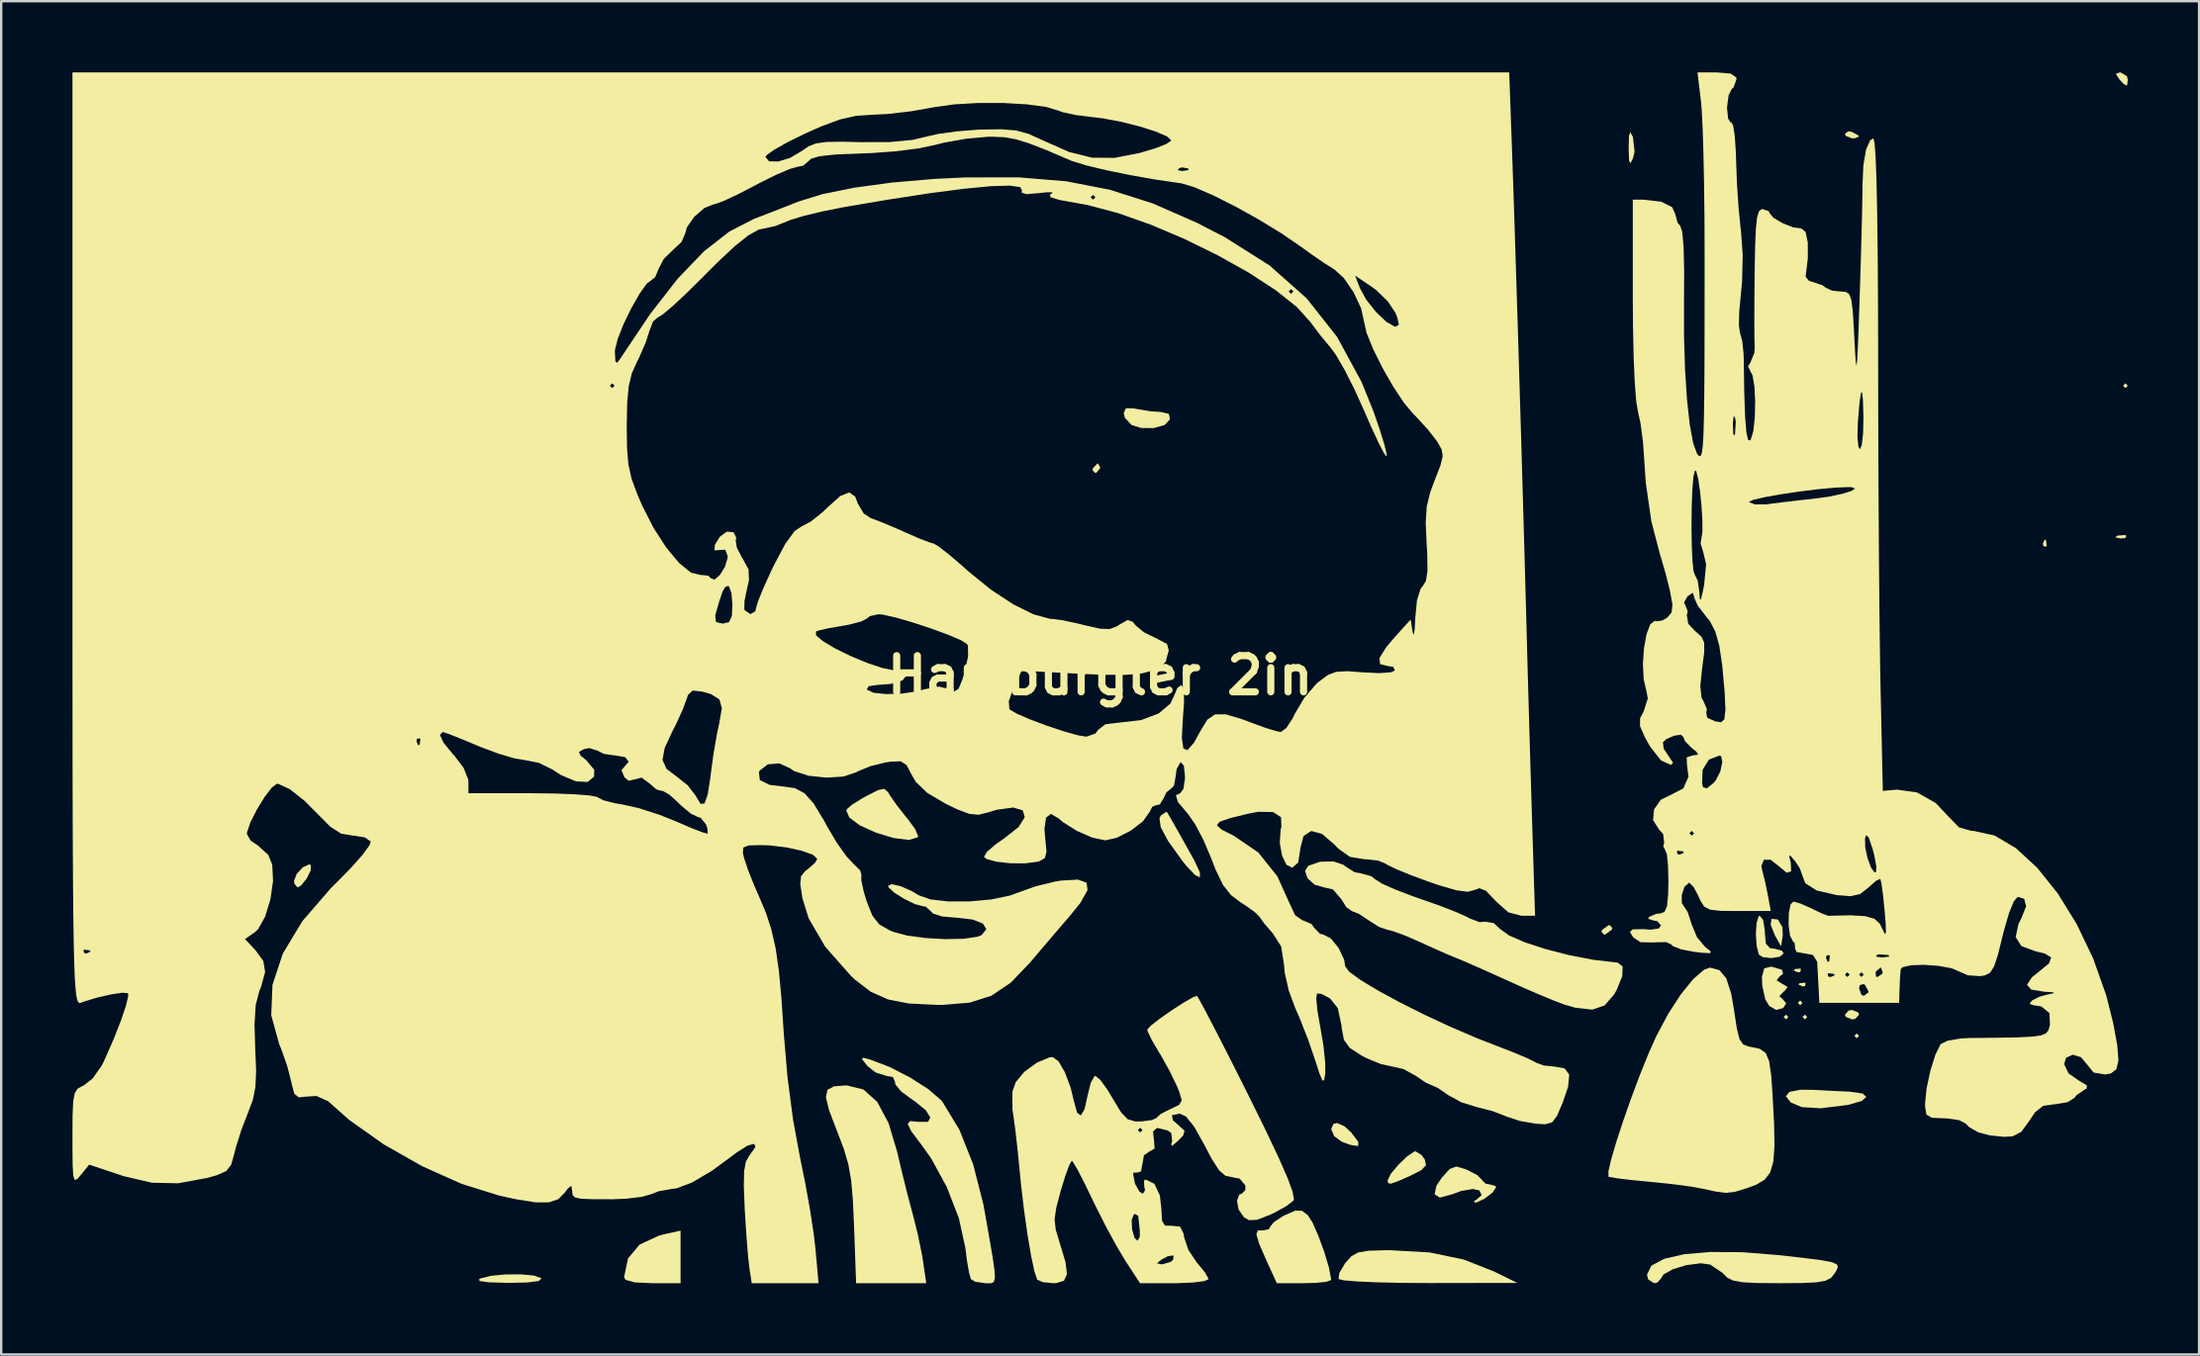
<source format=kicad_pcb>
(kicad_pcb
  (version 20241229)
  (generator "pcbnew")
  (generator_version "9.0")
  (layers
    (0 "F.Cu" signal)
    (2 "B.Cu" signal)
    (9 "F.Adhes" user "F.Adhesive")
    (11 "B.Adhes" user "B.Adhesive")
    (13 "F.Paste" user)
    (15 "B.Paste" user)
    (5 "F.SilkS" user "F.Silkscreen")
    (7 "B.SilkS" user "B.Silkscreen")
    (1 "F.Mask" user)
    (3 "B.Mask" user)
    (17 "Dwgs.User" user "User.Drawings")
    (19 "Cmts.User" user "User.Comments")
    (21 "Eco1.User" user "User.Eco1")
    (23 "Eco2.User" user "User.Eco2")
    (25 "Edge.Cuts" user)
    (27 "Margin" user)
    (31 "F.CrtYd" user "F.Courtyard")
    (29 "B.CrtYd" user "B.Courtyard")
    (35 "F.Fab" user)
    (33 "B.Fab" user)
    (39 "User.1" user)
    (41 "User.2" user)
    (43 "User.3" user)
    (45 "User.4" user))
  (footprint "Hamburgler 2in"
    (layer "F.Cu")
    (at 43.259 25.4)
    (property "Reference" "Hamburgler 2in" (at 0 0 0) (layer "F.SilkS") (effects (font (size 1.524 1.524) (thickness 0.3))))
    (attr board_only exclude_from_pos_files exclude_from_bom)
    (fp_poly (pts (xy 28.972 14.387) (xy 28.873 14.486) (xy 28.773 14.387) (xy 28.873 14.287)) (stroke (width 0) (type solid)) (fill yes) (layer "F.SilkS"))
    (fp_poly (pts (xy 29.567 13.791) (xy 29.468 13.891) (xy 29.369 13.791) (xy 29.468 13.692)) (stroke (width 0) (type solid)) (fill yes) (layer "F.SilkS"))
    (fp_poly (pts (xy 29.766 14.387) (xy 29.666 14.486) (xy 29.567 14.387) (xy 29.666 14.287)) (stroke (width 0) (type solid)) (fill yes) (layer "F.SilkS"))
    (fp_poly (pts (xy 31.948 15.18) (xy 31.849 15.28) (xy 31.75 15.18) (xy 31.849 15.081)) (stroke (width 0) (type solid)) (fill yes) (layer "F.SilkS"))
    (fp_poly (pts (xy 43.259 -12.204) (xy 43.16 -12.105) (xy 43.061 -12.204) (xy 43.16 -12.303)) (stroke (width 0) (type solid)) (fill yes) (layer "F.SilkS"))
    (fp_poly (pts (xy 29.501 12.369) (xy 29.474 12.487) (xy 29.369 12.502) (xy 29.205 12.429) (xy 29.236 12.369) (xy 29.472 12.346)) (stroke (width 0) (type solid)) (fill yes) (layer "F.SilkS"))
    (fp_poly (pts (xy 29.699 12.965) (xy 29.672 13.083) (xy 29.567 13.097) (xy 29.404 13.024) (xy 29.435 12.965) (xy 29.67 12.941)) (stroke (width 0) (type solid)) (fill yes) (layer "F.SilkS"))
    (fp_poly (pts (xy 39.82 -5.689) (xy 39.844 -5.453) (xy 39.82 -5.424) (xy 39.702 -5.451) (xy 39.688 -5.556) (xy 39.76 -5.72)) (stroke (width 0) (type solid)) (fill yes) (layer "F.SilkS"))
    (fp_poly (pts (xy 43.206 -5.875) (xy 43.146 -5.784) (xy 42.945 -5.77) (xy 42.733 -5.819) (xy 42.825 -5.89) (xy 43.135 -5.914)) (stroke (width 0) (type solid)) (fill yes) (layer "F.SilkS"))
    (fp_poly (pts (xy -0.002 -8.776) (xy 0 -8.731) (xy -0.153 -8.54) (xy -0.21 -8.533) (xy -0.329 -8.654) (xy -0.298 -8.731) (xy -0.119 -8.921) (xy -0.088 -8.93)) (stroke (width 0) (type solid)) (fill yes) (layer "F.SilkS"))
    (fp_poly (pts (xy 21.562 10.639) (xy 21.53 10.716) (xy 21.268 10.907) (xy 21.209 10.914) (xy 21.102 10.792) (xy 21.134 10.716) (xy 21.396 10.525) (xy 21.455 10.517)) (stroke (width 0) (type solid)) (fill yes) (layer "F.SilkS"))
    (fp_poly (pts (xy 28.501 10.274) (xy 28.543 10.298) (xy 28.722 10.602) (xy 28.737 10.937) (xy 28.665 11.41) (xy 28.409 10.953) (xy 28.228 10.504) (xy 28.263 10.253)) (stroke (width 0) (type solid)) (fill yes) (layer "F.SilkS"))
    (fp_poly (pts (xy 31.651 -22.892) (xy 31.912 -22.751) (xy 31.948 -22.7) (xy 31.786 -22.63) (xy 31.651 -22.622) (xy 31.387 -22.726) (xy 31.353 -22.814) (xy 31.499 -22.923)) (stroke (width 0) (type solid)) (fill yes) (layer "F.SilkS"))
    (fp_poly (pts (xy 31.915 14.196) (xy 31.948 14.287) (xy 31.788 14.464) (xy 31.651 14.486) (xy 31.387 14.379) (xy 31.353 14.287) (xy 31.514 14.111) (xy 31.651 14.089)) (stroke (width 0) (type solid)) (fill yes) (layer "F.SilkS"))
    (fp_poly (pts (xy 43.222 -25.245) (xy 43.259 -25.102) (xy 43.233 -24.849) (xy 43.098 -24.901) (xy 42.904 -25.11) (xy 42.755 -25.339) (xy 42.921 -25.4) (xy 42.954 -25.4)) (stroke (width 0) (type solid)) (fill yes) (layer "F.SilkS"))
    (fp_poly (pts (xy -33.22 7.989) (xy -33.23 8.213) (xy -33.403 8.558) (xy -33.636 8.85) (xy -33.782 8.93) (xy -33.919 8.77) (xy -33.933 8.656) (xy -33.816 8.353) (xy -33.558 8.077) (xy -33.298 7.958)) (stroke (width 0) (type solid)) (fill yes) (layer "F.SilkS"))
    (fp_poly (pts (xy -17.661 25.598) (xy -18.852 25.598) (xy -19.595 25.564) (xy -19.975 25.458) (xy -20.039 25.35) (xy -19.872 24.552) (xy -19.381 23.969) (xy -18.554 23.588) (xy -18.303 23.525) (xy -17.661 23.384)) (stroke (width 0) (type solid)) (fill yes) (layer "F.SilkS"))
    (fp_poly (pts (xy 10.287 18.99) (xy 10.572 19.251) (xy 10.871 19.653) (xy 10.86 19.823) (xy 10.528 19.771) (xy 10.17 19.639) (xy 9.852 19.403) (xy 9.725 19.108) (xy 9.821 18.889) (xy 9.977 18.852)) (stroke (width 0) (type solid)) (fill yes) (layer "F.SilkS"))
    (fp_poly (pts (xy 22.412 -22.715) (xy 22.43 -22.671) (xy 22.499 -22.056) (xy 22.43 -21.779) (xy 22.321 -21.572) (xy 22.267 -21.679) (xy 22.25 -22.137) (xy 22.25 -22.225) (xy 22.263 -22.732) (xy 22.312 -22.882)) (stroke (width 0) (type solid)) (fill yes) (layer "F.SilkS"))
    (fp_poly (pts (xy 1.42 -11.25) (xy 1.538 -11.224) (xy 2.127 -11.125) (xy 2.544 -11.1) (xy 2.895 -11.018) (xy 2.941 -10.788) (xy 2.717 -10.549) (xy 2.26 -10.42) (xy 1.726 -10.424) (xy 1.319 -10.552) (xy 1.041 -10.856) (xy 0.992 -11.046) (xy 1.084 -11.254)) (stroke (width 0) (type solid)) (fill yes) (layer "F.SilkS"))
    (fp_poly (pts (xy -23.833 25.276) (xy -23.53 25.382) (xy -23.515 25.4) (xy -23.63 25.506) (xy -24.111 25.568) (xy -24.93 25.585) (xy -24.942 25.584) (xy -25.727 25.561) (xy -26.124 25.507) (xy -26.139 25.422) (xy -26.095 25.4) (xy -25.642 25.287) (xy -25.024 25.229) (xy -24.376 25.226)) (stroke (width 0) (type solid)) (fill yes) (layer "F.SilkS"))
    (fp_poly (pts (xy 13.527 20.195) (xy 13.663 20.38) (xy 13.719 20.623) (xy 13.525 20.835) (xy 13.056 21.075) (xy 12.503 21.316) (xy 12.221 21.411) (xy 12.118 21.375) (xy 12.105 21.262) (xy 12.238 20.991) (xy 12.554 20.611) (xy 12.925 20.255) (xy 13.225 20.053) (xy 13.276 20.042)) (stroke (width 0) (type solid)) (fill yes) (layer "F.SilkS"))
    (fp_poly (pts (xy 29.989 17.453) (xy 30.741 17.493) (xy 31.513 17.529) (xy 31.552 17.53) (xy 32.09 17.607) (xy 32.256 17.751) (xy 32.056 17.924) (xy 31.499 18.084) (xy 31.436 18.095) (xy 30.327 18.231) (xy 29.534 18.181) (xy 29.079 17.989) (xy 28.866 17.726) (xy 29.014 17.54) (xy 29.488 17.45)) (stroke (width 0) (type solid)) (fill yes) (layer "F.SilkS"))
    (fp_poly (pts (xy 2.824 5.768) (xy 2.985 6.044) (xy 3.27 6.548) (xy 3.613 7.159) (xy 3.946 7.758) (xy 3.963 7.789) (xy 4.199 8.295) (xy 4.202 8.503) (xy 4.003 8.412) (xy 3.631 8.022) (xy 3.447 7.791) (xy 2.86 6.969) (xy 2.549 6.385) (xy 2.499 6.007) (xy 2.571 5.883) (xy 2.78 5.751)) (stroke (width 0) (type solid)) (fill yes) (layer "F.SilkS"))
    (fp_poly (pts (xy 27.907 10.295) (xy 27.978 10.724) (xy 27.98 10.815) (xy 28.024 11.294) (xy 28.197 11.487) (xy 28.377 11.509) (xy 28.699 11.592) (xy 28.773 11.708) (xy 28.611 11.849) (xy 28.252 11.904) (xy 27.891 11.863) (xy 27.73 11.757) (xy 27.636 11.39) (xy 27.604 10.898) (xy 27.633 10.433) (xy 27.718 10.149) (xy 27.766 10.12)) (stroke (width 0) (type solid)) (fill yes) (layer "F.SilkS"))
    (fp_poly (pts (xy 13.872 24.303) (xy 15.303 24.601) (xy 16.576 25.103) (xy 17.562 25.586) (xy 13.853 25.592) (xy 12.68 25.585) (xy 11.648 25.562) (xy 10.82 25.526) (xy 10.262 25.478) (xy 10.036 25.424) (xy 10.036 25.423) (xy 10.072 25.164) (xy 10.305 24.769) (xy 10.336 24.729) (xy 10.583 24.459) (xy 10.867 24.303) (xy 11.3 24.23) (xy 11.992 24.21) (xy 12.209 24.209)) (stroke (width 0) (type solid)) (fill yes) (layer "F.SilkS"))
    (fp_poly (pts (xy -8.931 4.912) (xy -8.851 5.044) (xy -8.581 5.436) (xy -8.189 5.937) (xy -8.091 6.054) (xy -7.785 6.472) (xy -7.663 6.764) (xy -7.677 6.818) (xy -8.045 6.928) (xy -8.683 6.85) (xy -9.425 6.627) (xy -10.121 6.311) (xy -10.559 5.983) (xy -10.683 5.69) (xy -10.656 5.625) (xy -10.427 5.433) (xy -9.982 5.157) (xy -9.81 5.063) (xy -9.338 4.825) (xy -9.088 4.776)) (stroke (width 0) (type solid)) (fill yes) (layer "F.SilkS"))
    (fp_poly (pts (xy 28.281 12.272) (xy 28.707 12.398) (xy 28.747 12.566) (xy 28.602 12.683) (xy 28.475 12.841) (xy 28.702 12.981) (xy 28.941 13.12) (xy 28.816 13.287) (xy 28.768 13.321) (xy 28.591 13.513) (xy 28.725 13.625) (xy 28.882 13.811) (xy 28.751 14.01) (xy 28.459 14.089) (xy 28.171 13.924) (xy 27.999 13.643) (xy 27.874 13.074) (xy 27.859 12.7) (xy 27.957 12.333) (xy 28.244 12.267)) (stroke (width 0) (type solid)) (fill yes) (layer "F.SilkS"))
    (fp_poly (pts (xy 8.497 22.551) (xy 8.741 22.729) (xy 8.942 23.045) (xy 9.19 23.609) (xy 9.436 24.282) (xy 9.629 24.928) (xy 9.721 25.41) (xy 9.723 25.463) (xy 9.544 25.536) (xy 9.078 25.585) (xy 8.581 25.598) (xy 7.439 25.598) (xy 6.986 24.61) (xy 6.691 23.929) (xy 6.577 23.537) (xy 6.64 23.374) (xy 6.859 23.375) (xy 7.111 23.323) (xy 7.144 23.24) (xy 7.304 23.032) (xy 7.698 22.773) (xy 7.772 22.735) (xy 8.219 22.542)) (stroke (width 0) (type solid)) (fill yes) (layer "F.SilkS"))
    (fp_poly (pts (xy -9.966 17.437) (xy -9.381 17.963) (xy -8.906 18.854) (xy -8.55 20.042) (xy -8.331 20.966) (xy -8.103 21.88) (xy -7.909 22.613) (xy -7.879 22.721) (xy -7.674 23.536) (xy -7.499 24.393) (xy -7.456 24.656) (xy -7.318 25.598) (xy -10.271 25.598) (xy -10.359 23.168) (xy -10.409 22.074) (xy -10.481 21.257) (xy -10.597 20.595) (xy -10.78 19.966) (xy -11.05 19.251) (xy -11.085 19.165) (xy -11.407 18.32) (xy -11.542 17.77) (xy -11.477 17.453) (xy -11.197 17.306) (xy -10.689 17.267) (xy -10.669 17.267)) (stroke (width 0) (type solid)) (fill yes) (layer "F.SilkS"))
    (fp_poly (pts (xy 15.399 20.803) (xy 15.461 20.829) (xy 15.877 21.048) (xy 16.072 21.242) (xy 16.073 21.257) (xy 16.235 21.412) (xy 16.371 21.431) (xy 16.636 21.5) (xy 16.669 21.558) (xy 16.518 21.782) (xy 16.184 22.038) (xy 15.849 22.195) (xy 15.776 22.203) (xy 15.732 22.142) (xy 15.825 22.094) (xy 16.062 21.886) (xy 15.961 21.69) (xy 15.686 21.63) (xy 15.212 21.711) (xy 14.788 21.862) (xy 14.299 21.993) (xy 14.08 21.855) (xy 14.155 21.495) (xy 14.384 21.152) (xy 14.719 20.783) (xy 14.998 20.684)) (stroke (width 0) (type solid)) (fill yes) (layer "F.SilkS"))
    (fp_poly (pts (xy 27.032 24.293) (xy 28.556 24.415) (xy 28.564 24.416) (xy 29.63 24.536) (xy 30.357 24.629) (xy 30.801 24.713) (xy 31.016 24.805) (xy 31.057 24.925) (xy 30.979 25.09) (xy 30.913 25.197) (xy 30.762 25.379) (xy 30.529 25.496) (xy 30.135 25.563) (xy 29.499 25.592) (xy 28.609 25.598) (xy 27.671 25.591) (xy 27.046 25.559) (xy 26.649 25.488) (xy 26.397 25.362) (xy 26.208 25.17) (xy 25.679 24.813) (xy 25.284 24.759) (xy 24.671 24.839) (xy 24.106 25.012) (xy 23.716 25.231) (xy 23.614 25.395) (xy 23.453 25.575) (xy 23.316 25.598) (xy 23.068 25.435) (xy 23.019 25.235) (xy 23.206 24.86) (xy 23.742 24.572) (xy 24.585 24.378) (xy 25.695 24.283)) (stroke (width 0) (type solid)) (fill yes) (layer "F.SilkS"))
    (fp_poly (pts (xy -9.687 16.175) (xy -8.866 16.489) (xy -8.011 16.927) (xy -7.248 17.414) (xy -6.708 17.875) (xy -6.631 17.967) (xy -5.926 19.13) (xy -5.343 20.595) (xy -4.915 22.276) (xy -4.87 22.523) (xy -4.665 23.684) (xy -4.523 24.511) (xy -4.445 25.059) (xy -4.43 25.386) (xy -4.477 25.547) (xy -4.585 25.6) (xy -4.754 25.6) (xy -4.841 25.598) (xy -5.258 25.537) (xy -5.44 25.427) (xy -5.518 25.149) (xy -5.611 24.608) (xy -5.677 24.087) (xy -5.945 22.865) (xy -6.448 21.559) (xy -7.114 20.338) (xy -7.522 19.767) (xy -7.944 19.206) (xy -8.101 18.89) (xy -8 18.771) (xy -7.646 18.802) (xy -7.64 18.803) (xy -7.242 18.801) (xy -7.148 18.619) (xy -7.34 18.311) (xy -7.802 17.934) (xy -7.933 17.85) (xy -8.382 17.515) (xy -8.622 17.218) (xy -8.634 17.115) (xy -8.72 16.917) (xy -8.991 16.867) (xy -9.453 16.722) (xy -9.792 16.453) (xy -10.024 16.161) (xy -9.969 16.1)) (stroke (width 0) (type solid)) (fill yes) (layer "F.SilkS"))
    (fp_poly (pts (xy 26.07 12.412) (xy 26.357 12.757) (xy 26.564 13.396) (xy 26.69 14.13) (xy 26.804 14.879) (xy 26.916 15.32) (xy 27.068 15.541) (xy 27.299 15.631) (xy 27.384 15.644) (xy 27.767 15.725) (xy 28.014 15.899) (xy 28.162 16.244) (xy 28.249 16.841) (xy 28.302 17.587) (xy 28.37 18.866) (xy 28.388 19.81) (xy 28.339 20.479) (xy 28.206 20.935) (xy 27.974 21.237) (xy 27.625 21.447) (xy 27.206 21.604) (xy 26.718 21.751) (xy 26.339 21.794) (xy 25.89 21.734) (xy 25.412 21.627) (xy 24.881 21.531) (xy 24.109 21.428) (xy 23.25 21.338) (xy 23.13 21.327) (xy 22.369 21.253) (xy 21.77 21.181) (xy 21.434 21.124) (xy 21.402 21.112) (xy 21.396 20.895) (xy 21.513 20.383) (xy 21.729 19.648) (xy 22.018 18.764) (xy 22.355 17.803) (xy 22.717 16.838) (xy 23.078 15.943) (xy 23.414 15.189) (xy 23.418 15.181) (xy 23.919 14.243) (xy 24.454 13.422) (xy 24.972 12.784) (xy 25.42 12.395) (xy 25.672 12.306)) (stroke (width 0) (type solid)) (fill yes) (layer "F.SilkS"))
    (fp_poly (pts (xy 10.261 7.984) (xy 10.324 8.043) (xy 10.716 8.29) (xy 10.966 8.334) (xy 11.406 8.454) (xy 11.587 8.592) (xy 11.866 8.768) (xy 12.424 9.018) (xy 13.16 9.299) (xy 13.494 9.415) (xy 14.297 9.698) (xy 14.988 9.967) (xy 15.454 10.177) (xy 15.551 10.233) (xy 15.97 10.39) (xy 16.221 10.372) (xy 16.565 10.429) (xy 16.843 10.682) (xy 17.214 10.952) (xy 17.885 11.243) (xy 18.762 11.529) (xy 19.752 11.783) (xy 20.761 11.977) (xy 21.694 12.086) (xy 21.779 12.091) (xy 21.994 12.256) (xy 21.98 12.666) (xy 21.746 13.245) (xy 21.632 13.444) (xy 21.237 13.897) (xy 20.722 14.076) (xy 20.008 13.997) (xy 19.546 13.865) (xy 19.107 13.699) (xy 18.422 13.414) (xy 17.606 13.058) (xy 17.165 12.859) (xy 16.355 12.493) (xy 15.647 12.179) (xy 15.141 11.961) (xy 14.982 11.897) (xy 14.591 11.735) (xy 13.99 11.469) (xy 13.474 11.233) (xy 12.84 10.957) (xy 12.326 10.768) (xy 12.085 10.711) (xy 11.741 10.593) (xy 11.311 10.319) (xy 10.898 10.044) (xy 10.6 9.926) (xy 10.599 9.926) (xy 10.366 9.762) (xy 10.156 9.426) (xy 9.801 9.013) (xy 9.437 8.93) (xy 9.029 8.813) (xy 8.73 8.542) (xy 8.626 8.231) (xy 8.759 8.019) (xy 9.266 7.845) (xy 9.829 7.834)) (stroke (width 0) (type solid)) (fill yes) (layer "F.SilkS"))
    (fp_poly (pts (xy 4.18 13.663) (xy 4.438 14.14) (xy 4.82 14.874) (xy 5.303 15.816) (xy 5.86 16.918) (xy 6.245 17.687) (xy 6.976 19.171) (xy 7.524 20.33) (xy 7.898 21.184) (xy 8.106 21.756) (xy 8.159 22.066) (xy 8.139 22.122) (xy 7.842 22.35) (xy 7.339 22.629) (xy 7.149 22.719) (xy 6.606 22.928) (xy 6.269 22.943) (xy 6.057 22.824) (xy 5.832 22.5) (xy 5.76 22.128) (xy 5.855 21.867) (xy 5.968 21.828) (xy 6.115 21.671) (xy 6.113 21.481) (xy 5.876 21.194) (xy 5.559 21.134) (xy 5.272 21.072) (xy 5.006 20.84) (xy 4.7 20.367) (xy 4.399 19.794) (xy 3.964 19.013) (xy 3.616 18.578) (xy 3.35 18.455) (xy 3.021 18.525) (xy 3.062 18.734) (xy 3.324 18.966) (xy 3.553 19.179) (xy 3.496 19.378) (xy 3.296 19.584) (xy 3.036 19.811) (xy 2.991 19.757) (xy 3.035 19.612) (xy 2.994 19.272) (xy 2.849 19.166) (xy 2.398 19.057) (xy 2.226 19.21) (xy 2.264 19.546) (xy 2.295 19.927) (xy 2.098 20.042) (xy 2.087 20.042) (xy 1.844 20.215) (xy 1.786 20.55) (xy 1.723 20.888) (xy 1.587 20.935) (xy 1.404 20.942) (xy 1.389 21.006) (xy 1.472 21.417) (xy 1.66 21.746) (xy 1.801 21.828) (xy 1.892 21.682) (xy 1.858 21.53) (xy 1.848 21.275) (xy 1.923 21.233) (xy 2.284 21.413) (xy 2.516 21.903) (xy 2.58 22.476) (xy 2.607 22.971) (xy 2.731 23.172) (xy 3.017 23.181) (xy 3.026 23.18) (xy 3.365 23.214) (xy 3.513 23.511) (xy 3.536 23.668) (xy 3.716 24.197) (xy 4.064 24.72) (xy 4.082 24.739) (xy 4.403 25.129) (xy 4.561 25.406) (xy 4.564 25.429) (xy 4.382 25.511) (xy 3.902 25.571) (xy 3.222 25.598) (xy 3.122 25.598) (xy 1.68 25.598) (xy 1.132 24.76) (xy 2.394 24.76) (xy 2.572 24.801) (xy 2.618 24.802) (xy 2.976 24.701) (xy 3.076 24.606) (xy 3.092 24.431) (xy 2.855 24.46) (xy 2.58 24.606) (xy 2.394 24.76) (xy 1.132 24.76) (xy 1.064 24.656) (xy 0.686 24.023) (xy 0.23 23.184) (xy 0.108 22.941) (xy 1.327 22.941) (xy 1.346 23.331) (xy 1.447 23.685) (xy 1.577 23.812) (xy 1.67 23.646) (xy 1.67 23.366) (xy 1.624 22.942) (xy 1.604 22.759) (xy 1.466 22.681) (xy 1.416 22.705) (xy 1.327 22.941) (xy 0.108 22.941) (xy -0.217 22.296) (xy -0.322 22.077) (xy -0.67 21.358) (xy -0.96 20.8) (xy -1.15 20.483) (xy -1.193 20.44) (xy -1.295 20.614) (xy -1.463 21.072) (xy -1.657 21.702) (xy -1.846 22.415) (xy -1.916 22.909) (xy -1.869 23.343) (xy -1.709 23.875) (xy -1.704 23.892) (xy -1.458 24.704) (xy -1.395 25.219) (xy -1.522 25.496) (xy -1.85 25.595) (xy -1.973 25.598) (xy -2.419 25.553) (xy -2.648 25.45) (xy -2.765 25.103) (xy -2.905 24.445) (xy -3.055 23.562) (xy -3.2 22.537) (xy -3.328 21.455) (xy -3.379 20.935) (xy -3.471 20.008) (xy -3.567 19.158) (xy -3.569 19.149) (xy 1.587 19.149) (xy 1.687 19.248) (xy 1.786 19.149) (xy 1.687 19.05) (xy 1.587 19.149) (xy -3.569 19.149) (xy -3.654 18.511) (xy -3.691 18.29) (xy -3.693 17.534) (xy -3.554 17.132) (xy -3.187 16.692) (xy -2.655 16.305) (xy -2.132 16.088) (xy -1.999 16.073) (xy -1.752 16.251) (xy -1.483 16.714) (xy -1.242 17.356) (xy -1.108 17.914) (xy -0.968 18.418) (xy -0.811 18.532) (xy -0.654 18.265) (xy -0.52 17.665) (xy -0.397 17.167) (xy -0.245 16.889) (xy -0.196 16.867) (xy 0.000431 17.027) (xy 0.302 17.439) (xy 0.544 17.842) (xy 0.884 18.404) (xy 1.16 18.691) (xy 1.477 18.785) (xy 1.734 18.784) (xy 2.174 18.729) (xy 2.379 18.637) (xy 2.38 18.628) (xy 2.544 18.474) (xy 2.938 18.272) (xy 2.959 18.263) (xy 3.327 18.088) (xy 3.435 17.891) (xy 3.328 17.526) (xy 3.244 17.322) (xy 2.94 16.688) (xy 2.557 15.999) (xy 2.468 15.855) (xy 2.177 15.359) (xy 2.004 14.997) (xy 1.984 14.916) (xy 2.136 14.749) (xy 2.516 14.453) (xy 3.013 14.105) (xy 3.516 13.779) (xy 3.913 13.553) (xy 4.073 13.494)) (stroke (width 0) (type solid)) (fill yes) (layer "F.SilkS"))
    (fp_poly (pts (xy 26.539 -25.351) (xy 26.776 -25.19) (xy 26.789 -25.114) (xy 26.668 -24.776) (xy 26.591 -24.705) (xy 26.457 -24.442) (xy 26.393 -23.959) (xy 26.392 -23.888) (xy 26.435 -23.461) (xy 26.539 -23.293) (xy 26.566 -23.301) (xy 26.647 -23.168) (xy 26.715 -22.72) (xy 26.761 -22.041) (xy 26.772 -21.676) (xy 26.809 -20.687) (xy 26.878 -19.668) (xy 26.964 -18.818) (xy 26.978 -18.716) (xy 27.05 -17.708) (xy 27.023 -16.58) (xy 26.973 -16.064) (xy 26.904 -15.332) (xy 26.89 -14.746) (xy 26.935 -14.424) (xy 26.94 -14.413) (xy 27.031 -14.088) (xy 27.087 -13.538) (xy 27.094 -13.295) (xy 27.115 -11.914) (xy 27.15 -10.907) (xy 27.203 -10.25) (xy 27.275 -9.922) (xy 27.368 -9.899) (xy 27.384 -9.922) (xy 27.425 -10.054) (xy 31.88 -10.054) (xy 31.918 -9.64) (xy 31.982 -9.525) (xy 32.062 -9.706) (xy 32.116 -10.182) (xy 32.131 -10.85) (xy 32.131 -10.864) (xy 32.111 -11.598) (xy 32.074 -11.938) (xy 32.024 -11.887) (xy 31.963 -11.447) (xy 31.898 -10.666) (xy 31.88 -10.054) (xy 27.425 -10.054) (xy 27.496 -10.285) (xy 27.559 -10.869) (xy 27.574 -11.544) (xy 27.542 -12.18) (xy 27.462 -12.646) (xy 27.375 -12.805) (xy 27.277 -13.022) (xy 27.377 -13.187) (xy 27.542 -13.594) (xy 27.554 -13.815) (xy 27.544 -14.144) (xy 27.539 -14.785) (xy 27.541 -15.652) (xy 27.549 -16.661) (xy 27.551 -16.917) (xy 27.571 -18.028) (xy 27.603 -18.799) (xy 27.654 -19.287) (xy 27.733 -19.549) (xy 27.845 -19.642) (xy 27.88 -19.645) (xy 28.145 -19.555) (xy 28.178 -19.479) (xy 28.343 -19.278) (xy 28.728 -19.05) (xy 29.175 -18.873) (xy 29.518 -18.826) (xy 29.695 -18.683) (xy 29.789 -18.238) (xy 29.792 -17.58) (xy 29.697 -16.794) (xy 29.835 -16.626) (xy 30.043 -16.559) (xy 30.419 -16.43) (xy 30.54 -16.335) (xy 30.81 -16.21) (xy 31.155 -16.173) (xy 31.38 -16.158) (xy 31.529 -16.065) (xy 31.622 -15.823) (xy 31.682 -15.358) (xy 31.729 -14.598) (xy 31.75 -14.188) (xy 31.785 -13.543) (xy 31.814 -13.159) (xy 31.84 -13.061) (xy 31.867 -13.269) (xy 31.896 -13.807) (xy 31.931 -14.697) (xy 31.974 -15.961) (xy 31.974 -15.974) (xy 32.014 -17.226) (xy 32.047 -18.404) (xy 32.073 -19.424) (xy 32.088 -20.206) (xy 32.092 -20.648) (xy 32.129 -21.492) (xy 32.244 -22.151) (xy 32.417 -22.545) (xy 32.55 -22.622) (xy 32.6 -22.425) (xy 32.644 -21.841) (xy 32.68 -20.879) (xy 32.709 -19.55) (xy 32.731 -17.861) (xy 32.745 -15.824) (xy 32.751 -13.448) (xy 32.751 -13.246) (xy 32.754 -11.157) (xy 32.761 -9.028) (xy 32.772 -6.924) (xy 32.785 -4.912) (xy 32.802 -3.06) (xy 32.82 -1.434) (xy 32.84 -0.1) (xy 32.852 0.496) (xy 32.948 4.862) (xy 33.546 4.81) (xy 34.384 4.926) (xy 35.177 5.375) (xy 35.717 5.95) (xy 36.152 6.397) (xy 36.674 6.547) (xy 36.774 6.549) (xy 37.646 6.739) (xy 38.549 7.272) (xy 39.45 8.104) (xy 40.315 9.186) (xy 41.109 10.471) (xy 41.799 11.914) (xy 42.35 13.466) (xy 42.646 14.645) (xy 42.818 15.588) (xy 42.866 16.215) (xy 42.78 16.586) (xy 42.551 16.764) (xy 42.309 16.806) (xy 41.82 16.726) (xy 41.565 16.409) (xy 41.289 16.078) (xy 40.942 15.974) (xy 40.662 16.105) (xy 40.58 16.368) (xy 40.764 16.758) (xy 41.174 17.047) (xy 41.536 17.266) (xy 41.528 17.403) (xy 41.472 17.426) (xy 41.104 17.676) (xy 41.017 17.789) (xy 40.726 17.974) (xy 40.233 18.057) (xy 40.193 18.058) (xy 39.704 18.125) (xy 39.358 18.395) (xy 39.118 18.752) (xy 38.781 19.219) (xy 38.418 19.41) (xy 38.057 19.434) (xy 37.456 19.372) (xy 36.979 19.25) (xy 36.585 19.026) (xy 36.422 18.865) (xy 36.156 18.73) (xy 35.658 18.657) (xy 35.509 18.653) (xy 35.005 18.629) (xy 34.783 18.498) (xy 34.728 18.166) (xy 34.727 18.031) (xy 34.789 17.396) (xy 34.948 16.656) (xy 35.159 15.979) (xy 35.379 15.53) (xy 35.38 15.529) (xy 35.676 15.384) (xy 36.226 15.29) (xy 36.585 15.272) (xy 37.791 15.259) (xy 38.659 15.243) (xy 39.246 15.212) (xy 39.613 15.16) (xy 39.817 15.074) (xy 39.917 14.947) (xy 39.971 14.769) (xy 39.983 14.721) (xy 39.962 14.221) (xy 39.619 13.94) (xy 39.301 13.894) (xy 39.124 13.829) (xy 39.235 13.686) (xy 39.55 13.529) (xy 39.886 13.438) (xy 40.166 13.377) (xy 40.087 13.342) (xy 39.749 13.322) (xy 39.193 13.233) (xy 39.018 13.029) (xy 39.223 12.714) (xy 39.487 12.503) (xy 39.943 12.128) (xy 40.036 11.879) (xy 39.76 11.709) (xy 39.379 11.62) (xy 38.778 11.397) (xy 38.54 11.017) (xy 38.659 10.465) (xy 38.761 10.268) (xy 38.979 9.726) (xy 38.897 9.406) (xy 38.625 9.327) (xy 38.463 9.51) (xy 38.259 10.012) (xy 38.042 10.762) (xy 37.992 10.964) (xy 37.794 11.763) (xy 37.634 12.253) (xy 37.469 12.516) (xy 37.254 12.63) (xy 37.046 12.665) (xy 36.53 12.63) (xy 36.194 12.485) (xy 35.844 12.333) (xy 35.299 12.233) (xy 34.687 12.188) (xy 34.136 12.206) (xy 33.774 12.291) (xy 33.701 12.373) (xy 33.672 12.726) (xy 33.652 13.196) (xy 33.635 13.791) (xy 30.275 13.791) (xy 30.245 13.184) (xy 31.948 13.184) (xy 32.052 13.456) (xy 32.147 13.494) (xy 32.34 13.351) (xy 32.345 13.307) (xy 32.201 13.038) (xy 32.147 12.998) (xy 31.977 13.043) (xy 31.948 13.184) (xy 30.245 13.184) (xy 30.24 13.097) (xy 30.213 12.568) (xy 30.626 12.568) (xy 30.653 12.686) (xy 30.758 12.7) (xy 30.921 12.627) (xy 30.907 12.601) (xy 31.353 12.601) (xy 31.452 12.7) (xy 31.552 12.601) (xy 31.948 12.601) (xy 32.048 12.7) (xy 32.147 12.601) (xy 32.048 12.502) (xy 32.643 12.502) (xy 32.659 12.684) (xy 32.73 12.7) (xy 32.933 12.556) (xy 32.941 12.502) (xy 32.873 12.308) (xy 32.853 12.303) (xy 32.684 12.442) (xy 32.643 12.502) (xy 32.048 12.502) (xy 31.948 12.601) (xy 31.552 12.601) (xy 31.452 12.502) (xy 31.353 12.601) (xy 30.907 12.601) (xy 30.89 12.568) (xy 30.655 12.544) (xy 30.626 12.568) (xy 30.213 12.568) (xy 30.21 12.518) (xy 30.185 12.07) (xy 30.184 12.055) (xy 30.09 11.906) (xy 30.559 11.906) (xy 30.632 12.07) (xy 30.692 12.039) (xy 30.711 11.847) (xy 32.668 11.847) (xy 32.941 11.875) (xy 33.222 11.844) (xy 33.189 11.775) (xy 32.782 11.749) (xy 32.693 11.775) (xy 32.668 11.847) (xy 30.711 11.847) (xy 30.715 11.803) (xy 30.692 11.774) (xy 30.574 11.801) (xy 30.559 11.906) (xy 30.09 11.906) (xy 30.005 11.772) (xy 29.655 11.708) (xy 29.32 11.649) (xy 29.261 11.523) (xy 29.236 11.268) (xy 29.174 11.214) (xy 29.043 10.962) (xy 28.982 10.515) (xy 28.989 10.026) (xy 29.065 9.646) (xy 29.18 9.525) (xy 29.489 9.61) (xy 29.95 9.815) (xy 29.972 9.827) (xy 30.399 10.032) (xy 30.649 10.124) (xy 30.657 10.124) (xy 31.592 10.102) (xy 32.212 10.138) (xy 32.595 10.249) (xy 32.82 10.456) (xy 32.925 10.666) (xy 33.033 10.892) (xy 33.079 10.827) (xy 33.067 10.435) (xy 33.025 9.923) (xy 32.957 9.254) (xy 32.89 8.765) (xy 32.843 8.567) (xy 32.673 8.643) (xy 32.356 8.919) (xy 32.338 8.937) (xy 31.99 9.209) (xy 31.585 9.298) (xy 31.002 9.251) (xy 30.161 9.055) (xy 29.682 8.751) (xy 29.567 8.447) (xy 29.452 8.12) (xy 29.259 7.827) (xy 29.039 7.568) (xy 29.01 7.639) (xy 29.074 7.888) (xy 29.088 8.251) (xy 28.898 8.308) (xy 28.575 8.037) (xy 28.223 7.761) (xy 27.94 7.764) (xy 27.836 8.024) (xy 27.865 8.186) (xy 27.996 8.709) (xy 28.113 9.277) (xy 28.23 9.922) (xy 26.839 9.922) (xy 26.108 9.914) (xy 25.672 9.864) (xy 25.427 9.735) (xy 25.272 9.491) (xy 25.202 9.327) (xy 24.988 8.918) (xy 24.804 8.732) (xy 24.794 8.731) (xy 24.602 8.895) (xy 24.483 9.25) (xy 24.488 9.592) (xy 24.56 9.699) (xy 24.733 9.963) (xy 24.888 10.436) (xy 24.895 10.467) (xy 25.123 11.022) (xy 25.465 11.431) (xy 25.702 11.622) (xy 25.683 11.698) (xy 25.353 11.682) (xy 25.007 11.642) (xy 24.46 11.538) (xy 24.109 11.399) (xy 24.053 11.338) (xy 23.835 11.232) (xy 23.393 11.238) (xy 23.345 11.246) (xy 22.748 11.236) (xy 22.44 11.033) (xy 22.3 10.802) (xy 22.415 10.695) (xy 22.841 10.685) (xy 23.168 10.708) (xy 23.515 10.657) (xy 23.614 10.531) (xy 23.451 10.348) (xy 23.283 10.319) (xy 23.073 10.252) (xy 23.099 10.172) (xy 23.408 10.041) (xy 23.578 10.024) (xy 23.76 9.959) (xy 23.864 9.716) (xy 23.912 9.212) (xy 23.923 8.682) (xy 23.907 8.011) (xy 23.857 7.53) (xy 23.808 7.408) (xy 24.276 7.408) (xy 24.303 7.526) (xy 24.408 7.541) (xy 24.571 7.468) (xy 24.54 7.408) (xy 24.305 7.385) (xy 24.276 7.408) (xy 23.808 7.408) (xy 23.782 7.342) (xy 23.78 7.342) (xy 23.706 7.195) (xy 23.744 7.035) (xy 23.722 6.859) (xy 32.199 6.859) (xy 32.207 7.243) (xy 32.306 7.7) (xy 32.452 8.095) (xy 32.601 8.295) (xy 32.662 8.283) (xy 32.675 8.045) (xy 32.587 7.569) (xy 32.519 7.313) (xy 32.355 6.829) (xy 32.247 6.721) (xy 32.199 6.859) (xy 23.722 6.859) (xy 23.7 6.679) (xy 23.672 6.648) (xy 24.805 6.648) (xy 24.904 6.747) (xy 25.003 6.648) (xy 24.904 6.548) (xy 24.805 6.648) (xy 23.672 6.648) (xy 23.525 6.482) (xy 23.277 6.099) (xy 23.319 5.639) (xy 23.604 5.234) (xy 24.029 5.027) (xy 24.549 4.759) (xy 24.642 4.549) (xy 25.34 4.549) (xy 25.383 4.713) (xy 25.544 4.753) (xy 25.823 4.53) (xy 25.918 4.415) (xy 26.107 4.044) (xy 26.19 3.653) (xy 26.142 3.4) (xy 26.081 3.373) (xy 25.629 3.543) (xy 25.362 3.973) (xy 25.34 4.549) (xy 24.642 4.549) (xy 24.767 4.264) (xy 24.705 3.77) (xy 24.69 3.453) (xy 24.94 3.367) (xy 25.174 3.339) (xy 25.1 3.212) (xy 24.904 3.055) (xy 24.618 2.767) (xy 24.55 2.586) (xy 24.446 2.495) (xy 24.154 2.541) (xy 23.84 2.679) (xy 23.691 2.815) (xy 23.722 3.084) (xy 23.923 3.386) (xy 24.12 3.681) (xy 24.028 3.77) (xy 23.607 3.577) (xy 23.15 2.993) (xy 22.932 2.604) (xy 22.726 2.131) (xy 22.729 1.804) (xy 22.878 1.523) (xy 23.054 0.973) (xy 23.004 0.695) (xy 22.882 0.165) (xy 22.849 -0.482) (xy 22.894 -1.15) (xy 23.002 -1.741) (xy 23.16 -2.158) (xy 23.354 -2.304) (xy 23.415 -2.282) (xy 23.667 -2.315) (xy 23.873 -2.437) (xy 24.059 -2.655) (xy 24.092 -2.99) (xy 24.077 -3.073) (xy 24.58 -3.073) (xy 24.635 -2.961) (xy 24.734 -2.705) (xy 24.698 -2.534) (xy 24.758 -2.173) (xy 25.051 -1.866) (xy 25.311 -1.637) (xy 25.429 -1.38) (xy 25.43 -0.971) (xy 25.347 -0.347) (xy 25.265 0.446) (xy 25.316 0.932) (xy 25.402 1.093) (xy 25.542 1.42) (xy 25.515 1.562) (xy 25.555 1.781) (xy 25.898 1.936) (xy 26.14 1.969) (xy 26.274 1.854) (xy 26.322 1.45) (xy 26.292 0.744) (xy 26.189 -0.413) (xy 26.064 -1.251) (xy 25.896 -1.85) (xy 25.668 -2.288) (xy 25.48 -2.52) (xy 25.158 -2.941) (xy 25.005 -3.284) (xy 25.003 -3.311) (xy 24.953 -3.485) (xy 24.742 -3.345) (xy 24.727 -3.332) (xy 24.58 -3.073) (xy 24.077 -3.073) (xy 23.986 -3.572) (xy 23.985 -3.572) (xy 23.81 -4.271) (xy 23.625 -4.916) (xy 23.578 -5.06) (xy 23.251 -6.312) (xy 24.894 -6.312) (xy 24.904 -5.519) (xy 24.933 -4.843) (xy 24.981 -4.387) (xy 25.03 -4.25) (xy 25.156 -3.996) (xy 25.223 -3.53) (xy 25.224 -3.511) (xy 25.247 -3.198) (xy 25.295 -3.22) (xy 25.384 -3.601) (xy 25.427 -3.823) (xy 25.509 -4.684) (xy 25.396 -5.167) (xy 25.277 -5.564) (xy 25.311 -5.771) (xy 25.354 -6.036) (xy 25.352 -6.531) (xy 25.315 -7.146) (xy 25.299 -7.308) (xy 27.309 -7.308) (xy 27.311 -7.301) (xy 27.563 -7.205) (xy 28.04 -7.207) (xy 28.149 -7.221) (xy 28.758 -7.3) (xy 29.55 -7.392) (xy 30.076 -7.448) (xy 30.705 -7.536) (xy 31.245 -7.652) (xy 31.627 -7.771) (xy 31.781 -7.872) (xy 31.638 -7.929) (xy 31.509 -7.934) (xy 30.943 -7.911) (xy 30.212 -7.843) (xy 29.41 -7.743) (xy 28.626 -7.626) (xy 27.954 -7.505) (xy 27.484 -7.394) (xy 27.309 -7.308) (xy 25.299 -7.308) (xy 25.252 -7.77) (xy 25.175 -8.292) (xy 25.093 -8.603) (xy 25.041 -8.637) (xy 24.977 -8.386) (xy 24.931 -7.847) (xy 24.903 -7.122) (xy 24.894 -6.312) (xy 23.251 -6.312) (xy 23.204 -6.493) (xy 22.968 -8.132) (xy 22.909 -9.029) (xy 22.85 -9.851) (xy 22.749 -10.618) (xy 22.64 -11.111) (xy 22.567 -11.551) (xy 22.506 -12.328) (xy 22.46 -13.385) (xy 22.432 -14.663) (xy 22.423 -15.923) (xy 22.423 -20.042) (xy 22.87 -20.039) (xy 23.62 -19.954) (xy 24.082 -19.722) (xy 24.209 -19.435) (xy 24.311 -19.062) (xy 24.417 -18.945) (xy 24.504 -18.688) (xy 24.56 -18.058) (xy 24.585 -17.075) (xy 24.579 -15.808) (xy 24.579 -14.302) (xy 24.622 -12.889) (xy 24.704 -11.629) (xy 24.819 -10.578) (xy 24.962 -9.794) (xy 25.128 -9.334) (xy 25.173 -9.276) (xy 25.239 -9.232) (xy 25.293 -9.267) (xy 25.337 -9.412) (xy 25.372 -9.7) (xy 25.398 -10.165) (xy 25.408 -10.517) (xy 26.637 -10.517) (xy 26.657 -10.156) (xy 26.709 -10.114) (xy 26.727 -10.17) (xy 26.758 -10.673) (xy 26.727 -10.864) (xy 26.67 -10.926) (xy 26.639 -10.652) (xy 26.637 -10.517) (xy 25.408 -10.517) (xy 25.418 -10.839) (xy 25.431 -11.754) (xy 25.44 -12.944) (xy 25.444 -14.442) (xy 25.446 -16.279) (xy 25.446 -17.859) (xy 25.44 -19.316) (xy 25.423 -20.71) (xy 25.397 -21.972) (xy 25.364 -23.03) (xy 25.325 -23.812) (xy 25.296 -24.16) (xy 25.146 -25.4) (xy 25.968 -25.4)) (stroke (width 0) (type solid)) (fill yes) (layer "F.SilkS"))
    (fp_poly (pts (xy 17.344 -21.977) (xy 17.391 -20.615) (xy 17.447 -18.926) (xy 17.509 -16.98) (xy 17.576 -14.845) (xy 17.645 -12.593) (xy 17.714 -10.291) (xy 17.781 -8.01) (xy 17.844 -5.82) (xy 17.901 -3.789) (xy 17.95 -1.988) (xy 17.953 -1.885) (xy 17.993 -0.396) (xy 18.042 1.332) (xy 18.094 3.143) (xy 18.146 4.88) (xy 18.18 6.003) (xy 18.309 10.12) (xy 17.737 10.122) (xy 17.184 9.978) (xy 16.652 9.505) (xy 16.629 9.477) (xy 16.248 9.075) (xy 15.969 8.961) (xy 15.755 9.039) (xy 15.47 9.112) (xy 15.005 9.051) (xy 14.288 8.844) (xy 13.81 8.68) (xy 13.056 8.4) (xy 12.443 8.148) (xy 12.07 7.966) (xy 12.015 7.926) (xy 11.704 7.8) (xy 11.191 7.74) (xy 11.117 7.739) (xy 10.518 7.642) (xy 10.022 7.291) (xy 9.872 7.129) (xy 9.34 6.672) (xy 8.886 6.552) (xy 8.562 6.762) (xy 8.425 7.294) (xy 8.423 7.341) (xy 8.337 7.883) (xy 8.088 8.098) (xy 8.087 8.098) (xy 7.842 7.972) (xy 7.655 7.579) (xy 7.563 7.045) (xy 7.598 6.501) (xy 7.63 6.382) (xy 7.617 5.972) (xy 7.283 5.754) (xy 6.662 5.742) (xy 6.283 5.812) (xy 5.473 6.009) (xy 5.026 6.164) (xy 4.915 6.313) (xy 5.117 6.493) (xy 5.604 6.741) (xy 5.628 6.752) (xy 6.656 7.453) (xy 7.459 8.458) (xy 7.929 9.499) (xy 8.21 10.101) (xy 8.525 10.318) (xy 8.543 10.319) (xy 8.899 10.469) (xy 9.001 10.616) (xy 9.254 10.88) (xy 9.397 10.914) (xy 9.716 11.081) (xy 10.041 11.481) (xy 10.27 11.969) (xy 10.319 12.257) (xy 10.492 12.485) (xy 10.971 12.833) (xy 11.696 13.27) (xy 12.605 13.764) (xy 13.639 14.283) (xy 14.736 14.794) (xy 15.836 15.268) (xy 16.669 15.593) (xy 17.393 15.873) (xy 17.976 16.118) (xy 18.313 16.285) (xy 18.346 16.308) (xy 18.669 16.428) (xy 19.096 16.47) (xy 19.55 16.548) (xy 19.747 16.814) (xy 19.701 17.319) (xy 19.477 17.977) (xy 19.238 18.541) (xy 19.031 18.822) (xy 18.743 18.904) (xy 18.327 18.88) (xy 17.677 18.766) (xy 17.111 18.581) (xy 17.066 18.56) (xy 16.519 18.35) (xy 15.876 18.184) (xy 15.846 18.178) (xy 15.203 17.977) (xy 14.642 17.67) (xy 14.624 17.656) (xy 14.228 17.381) (xy 13.962 17.26) (xy 13.959 17.26) (xy 13.699 17.145) (xy 13.304 16.874) (xy 13.295 16.867) (xy 12.779 16.583) (xy 12.303 16.471) (xy 11.824 16.37) (xy 11.22 16.124) (xy 11.013 16.016) (xy 10.509 15.687) (xy 10.263 15.35) (xy 10.167 14.841) (xy 10.159 14.732) (xy 10.006 14.015) (xy 9.68 13.605) (xy 9.32 13.413) (xy 9.128 13.395) (xy 9.098 13.615) (xy 9.147 14.116) (xy 9.264 14.79) (xy 9.269 14.815) (xy 9.402 15.598) (xy 9.476 16.311) (xy 9.478 16.758) (xy 9.431 17.047) (xy 9.359 17.064) (xy 9.235 16.771) (xy 9.049 16.194) (xy 8.755 15.338) (xy 8.404 14.443) (xy 8.215 14.011) (xy 7.941 13.272) (xy 7.77 12.519) (xy 7.741 12.183) (xy 7.62 11.413) (xy 7.263 10.856) (xy 6.924 10.465) (xy 6.726 10.191) (xy 6.718 10.173) (xy 6.518 9.973) (xy 6.1 9.674) (xy 5.926 9.564) (xy 5.502 9.246) (xy 5.174 8.826) (xy 4.867 8.193) (xy 4.676 7.7) (xy 4.351 6.933) (xy 3.994 6.255) (xy 3.679 5.808) (xy 3.662 5.791) (xy 3.275 5.332) (xy 3.191 5.046) (xy 3.373 4.961) (xy 3.504 4.786) (xy 3.57 4.356) (xy 3.572 4.255) (xy 3.525 3.803) (xy 3.401 3.66) (xy 3.373 3.671) (xy 3.22 3.945) (xy 3.175 4.278) (xy 3.11 4.645) (xy 2.99 4.763) (xy 2.789 4.926) (xy 2.678 5.162) (xy 2.511 5.437) (xy 2.381 5.457) (xy 2.197 5.529) (xy 2.088 5.742) (xy 1.805 6.141) (xy 1.29 6.539) (xy 0.695 6.84) (xy 0.215 6.945) (xy -0.329 6.83) (xy -0.987 6.543) (xy -1.574 6.172) (xy -1.743 6.025) (xy -2.07 5.831) (xy -2.278 5.989) (xy -2.343 6.469) (xy -2.31 6.87) (xy -2.257 7.415) (xy -2.325 7.692) (xy -2.554 7.823) (xy -2.649 7.849) (xy -3.167 7.915) (xy -3.784 7.91) (xy -4.364 7.845) (xy -4.775 7.735) (xy -4.888 7.64) (xy -4.767 7.432) (xy -4.395 7.111) (xy -4.06 6.88) (xy -3.432 6.385) (xy -3.173 5.972) (xy -3.256 5.683) (xy -3.656 5.563) (xy -4.346 5.656) (xy -4.725 5.771) (xy -5.118 5.867) (xy -5.507 5.831) (xy -6.022 5.636) (xy -6.491 5.409) (xy -7.279 4.945) (xy -7.762 4.477) (xy -7.932 4.184) (xy -8.148 3.774) (xy -8.397 3.615) (xy -8.834 3.634) (xy -9.023 3.663) (xy -9.656 3.817) (xy -10.188 4.034) (xy -10.258 4.075) (xy -10.794 4.257) (xy -11.519 4.304) (xy -12.268 4.225) (xy -12.872 4.032) (xy -13.049 3.913) (xy -13.499 3.704) (xy -13.983 3.742) (xy -14.329 4.007) (xy -14.364 4.081) (xy -14.323 4.405) (xy -13.919 4.608) (xy -13.355 4.675) (xy -12.85 4.746) (xy -12.444 4.961) (xy -12.063 5.388) (xy -11.632 6.095) (xy -11.473 6.389) (xy -11.077 7.057) (xy -10.675 7.621) (xy -10.39 7.924) (xy -10.101 8.211) (xy -10.048 8.394) (xy -10.054 8.63) (xy -9.948 9.113) (xy -9.833 9.495) (xy -9.585 10.119) (xy -9.292 10.49) (xy -8.836 10.748) (xy -8.717 10.797) (xy -8.123 10.956) (xy -7.342 11.06) (xy -6.504 11.107) (xy -5.734 11.09) (xy -5.162 11.005) (xy -4.987 10.935) (xy -4.789 10.686) (xy -4.931 10.455) (xy -5.358 10.282) (xy -6.014 10.205) (xy -6.041 10.205) (xy -6.647 10.152) (xy -7.029 10.031) (xy -7.099 9.957) (xy -7.338 9.74) (xy -7.442 9.723) (xy -7.792 9.631) (xy -8.251 9.409) (xy -8.674 9.142) (xy -8.914 8.913) (xy -8.928 8.867) (xy -8.778 8.791) (xy -8.407 8.873) (xy -7.94 9.076) (xy -7.645 9.254) (xy -7.151 9.431) (xy -6.395 9.519) (xy -5.502 9.519) (xy -4.597 9.437) (xy -3.805 9.274) (xy -3.452 9.146) (xy -2.731 8.887) (xy -1.906 8.683) (xy -1.643 8.64) (xy -0.937 8.599) (xy -0.568 8.728) (xy -0.531 9.046) (xy -0.823 9.569) (xy -1.246 10.096) (xy -1.86 10.809) (xy -2.54 11.608) (xy -2.94 12.083) (xy -3.761 12.94) (xy -4.573 13.489) (xy -5.495 13.782) (xy -6.648 13.876) (xy -6.888 13.876) (xy -8.05 13.818) (xy -8.936 13.645) (xy -9.659 13.32) (xy -10.33 12.803) (xy -10.492 12.65) (xy -11.572 11.426) (xy -12.27 10.228) (xy -12.532 9.379) (xy -12.622 8.789) (xy -12.587 8.45) (xy -12.403 8.229) (xy -12.309 8.161) (xy -11.999 7.892) (xy -11.906 7.724) (xy -12.086 7.555) (xy -12.551 7.386) (xy -13.19 7.245) (xy -13.893 7.159) (xy -14.259 7.145) (xy -14.793 7.159) (xy -15.021 7.248) (xy -15.036 7.481) (xy -14.988 7.686) (xy -14.829 8.17) (xy -14.566 8.834) (xy -14.361 9.301) (xy -14.062 10.012) (xy -13.833 10.72) (xy -13.657 11.503) (xy -13.522 12.444) (xy -13.412 13.622) (xy -13.316 15.081) (xy -13.162 16.902) (xy -12.926 18.707) (xy -12.633 20.3) (xy -12.41 21.396) (xy -12.208 22.524) (xy -12.054 23.532) (xy -11.986 24.12) (xy -11.852 25.598) (xy -14.666 25.598) (xy -14.764 24.954) (xy -14.819 24.468) (xy -14.88 23.716) (xy -14.939 22.828) (xy -14.962 22.428) (xy -14.998 21.502) (xy -14.985 20.884) (xy -14.914 20.49) (xy -14.775 20.234) (xy -14.742 20.194) (xy -14.509 19.859) (xy -14.56 19.727) (xy -14.84 19.802) (xy -15.29 20.086) (xy -15.39 20.163) (xy -16.348 20.868) (xy -17.184 21.36) (xy -17.837 21.605) (xy -18.021 21.626) (xy -18.581 21.725) (xy -18.881 21.844) (xy -19.291 21.96) (xy -19.938 22.039) (xy -20.505 22.062) (xy -21.332 22.061) (xy -21.839 22.042) (xy -22.105 21.987) (xy -22.208 21.88) (xy -22.225 21.703) (xy -22.225 21.685) (xy -22.262 21.493) (xy -22.413 21.618) (xy -22.534 21.784) (xy -22.808 22.058) (xy -23.196 22.193) (xy -23.769 22.193) (xy -24.6 22.06) (xy -25.301 21.907) (xy -26.871 21.416) (xy -28.531 20.674) (xy -30.152 19.753) (xy -31.604 18.726) (xy -32.503 17.929) (xy -32.988 17.713) (xy -33.362 17.735) (xy -33.732 17.771) (xy -33.922 17.617) (xy -34.037 17.175) (xy -34.049 17.109) (xy -34.221 16.442) (xy -34.482 15.706) (xy -34.554 15.538) (xy -34.891 14.314) (xy -34.84 13.036) (xy -34.403 11.712) (xy -33.583 10.351) (xy -32.382 8.96) (xy -32.151 8.731) (xy -31.532 8.103) (xy -31.05 7.557) (xy -30.759 7.16) (xy -30.703 6.995) (xy -30.941 6.825) (xy -31.403 6.747) (xy -31.446 6.747) (xy -31.949 6.663) (xy -32.416 6.361) (xy -32.789 5.985) (xy -33.493 5.277) (xy -34.111 4.789) (xy -34.58 4.571) (xy -34.655 4.564) (xy -34.872 4.726) (xy -35.178 5.13) (xy -35.501 5.658) (xy -35.769 6.189) (xy -35.91 6.603) (xy -35.917 6.677) (xy -35.755 6.959) (xy -35.441 7.171) (xy -35.015 7.559) (xy -34.85 7.967) (xy -34.815 8.656) (xy -34.927 9.433) (xy -35.147 10.156) (xy -35.442 10.684) (xy -35.575 10.811) (xy -35.994 11.104) (xy -35.559 11.568) (xy -35.225 12.023) (xy -35.148 12.487) (xy -35.314 13.101) (xy -35.395 13.299) (xy -35.543 13.875) (xy -35.596 14.703) (xy -35.565 15.716) (xy -35.528 16.65) (xy -35.556 17.322) (xy -35.661 17.86) (xy -35.86 18.396) (xy -35.869 18.417) (xy -36.152 19.151) (xy -36.384 19.893) (xy -36.443 20.13) (xy -36.574 20.601) (xy -36.784 20.874) (xy -37.192 21.054) (xy -37.604 21.168) (xy -38.813 21.39) (xy -39.914 21.367) (xy -41.096 21.092) (xy -41.325 21.017) (xy -42.554 20.604) (xy -42.906 21.039) (xy -43.065 21.218) (xy -43.168 21.245) (xy -43.226 21.064) (xy -43.252 20.619) (xy -43.259 19.855) (xy -43.259 19.464) (xy -43.255 18.552) (xy -43.229 17.958) (xy -43.165 17.604) (xy -43.048 17.411) (xy -42.859 17.301) (xy -42.793 17.275) (xy -42.41 16.977) (xy -42.031 16.439) (xy -41.929 16.238) (xy -41.543 15.361) (xy -41.226 14.558) (xy -41.005 13.908) (xy -40.909 13.49) (xy -40.923 13.383) (xy -41.162 13.364) (xy -41.643 13.436) (xy -42.226 13.569) (xy -42.773 13.736) (xy -42.912 13.79) (xy -42.969 13.798) (xy -43.02 13.758) (xy -43.064 13.647) (xy -43.102 13.442) (xy -43.135 13.12) (xy -43.164 12.659) (xy -43.187 12.036) (xy -43.198 11.576) (xy -42.796 11.576) (xy -42.769 11.693) (xy -42.664 11.708) (xy -42.501 11.635) (xy -42.532 11.576) (xy -42.767 11.552) (xy -42.796 11.576) (xy -43.198 11.576) (xy -43.206 11.228) (xy -43.222 10.212) (xy -43.234 8.967) (xy -43.243 7.468) (xy -43.25 5.694) (xy -43.255 3.621) (xy -43.256 2.778) (xy -28.773 2.778) (xy -28.701 2.941) (xy -28.641 2.91) (xy -28.617 2.675) (xy -28.641 2.646) (xy -28.759 2.673) (xy -28.773 2.778) (xy -43.256 2.778) (xy -43.256 2.504) (xy -27.789 2.504) (xy -27.641 2.83) (xy -27.255 3.301) (xy -27.186 3.373) (xy -26.797 3.886) (xy -26.599 4.38) (xy -26.591 4.472) (xy -26.591 4.961) (xy -23.923 4.961) (xy -22.935 4.973) (xy -22.096 5.006) (xy -21.482 5.056) (xy -21.171 5.117) (xy -21.15 5.133) (xy -20.906 5.26) (xy -20.406 5.385) (xy -20.096 5.437) (xy -19.407 5.591) (xy -18.564 5.863) (xy -17.862 6.144) (xy -17.224 6.419) (xy -16.745 6.605) (xy -16.522 6.665) (xy -16.518 6.663) (xy -16.53 6.457) (xy -16.586 6.279) (xy -16.812 5.999) (xy -16.951 5.953) (xy -17.229 5.82) (xy -17.629 5.489) (xy -17.753 5.365) (xy -18.135 5.018) (xy -18.41 4.86) (xy -18.459 4.864) (xy -18.679 4.8) (xy -18.954 4.56) (xy -19.302 4.302) (xy -19.55 4.369) (xy -19.847 4.435) (xy -20.025 4.287) (xy -20.147 3.99) (xy -20.052 3.875) (xy -19.844 3.634) (xy -19.899 3.561) (xy -18.421 3.561) (xy -18.253 3.933) (xy -17.847 4.242) (xy -17.364 4.624) (xy -17.032 5.055) (xy -17.024 5.073) (xy -16.819 5.407) (xy -16.655 5.396) (xy -16.52 5.025) (xy -16.402 4.276) (xy -16.385 4.122) (xy -16.272 3.286) (xy -16.129 2.461) (xy -16.034 2.021) (xy -15.923 1.385) (xy -16.025 1.007) (xy -16.394 0.781) (xy -16.731 0.684) (xy -17.147 0.635) (xy -17.347 0.816) (xy -17.406 0.995) (xy -17.569 1.437) (xy -17.845 2.039) (xy -17.989 2.32) (xy -18.33 3.053) (xy -18.421 3.561) (xy -19.899 3.561) (xy -19.987 3.444) (xy -20.399 3.373) (xy -20.881 3.305) (xy -21.16 3.168) (xy -21.496 3.059) (xy -21.72 3.1) (xy -21.94 3.221) (xy -21.868 3.379) (xy -21.623 3.577) (xy -21.295 3.972) (xy -21.303 4.262) (xy -21.574 4.487) (xy -22.062 4.461) (xy -22.688 4.198) (xy -23.06 3.959) (xy -23.625 3.681) (xy -24.181 3.572) (xy -24.648 3.495) (xy -25.333 3.291) (xy -26.096 3.005) (xy -26.162 2.977) (xy -26.842 2.693) (xy -27.372 2.482) (xy -27.654 2.384) (xy -27.671 2.381) (xy -27.789 2.504) (xy -43.256 2.504) (xy -43.257 1.228) (xy -43.259 -1.51) (xy -43.259 -1.85) (xy -11.963 -1.85) (xy -11.957 -1.688) (xy -11.658 -1.437) (xy -11.148 -1.134) (xy -10.509 -0.821) (xy -9.823 -0.535) (xy -9.173 -0.317) (xy -8.639 -0.205) (xy -8.515 -0.198) (xy -8.202 -0.121) (xy -8.136 -0.021) (xy -8.318 0.209) (xy -8.808 0.357) (xy -9.355 0.397) (xy -9.742 0.452) (xy -9.824 0.592) (xy -9.823 0.595) (xy -9.543 0.729) (xy -9.007 0.785) (xy -8.347 0.764) (xy -7.694 0.667) (xy -7.386 0.581) (xy -6.766 0.469) (xy -6.376 0.582) (xy -6.127 0.671) (xy -5.957 0.559) (xy -5.797 0.17) (xy -5.7 -0.148) (xy -5.557 -0.804) (xy -5.563 -1.243) (xy -5.6 -1.323) (xy -5.864 -1.487) (xy -6.403 -1.717) (xy -7.108 -1.976) (xy -7.869 -2.227) (xy -8.579 -2.433) (xy -9.129 -2.559) (xy -9.327 -2.58) (xy -9.694 -2.497) (xy -9.809 -2.404) (xy -10.054 -2.274) (xy -10.554 -2.142) (xy -10.862 -2.087) (xy -11.449 -1.985) (xy -11.865 -1.887) (xy -11.963 -1.85) (xy -43.259 -1.85) (xy -43.259 -2.53) (xy -16.202 -2.53) (xy -16.17 -2.251) (xy -15.888 -2.183) (xy -15.621 -2.245) (xy -15.502 -2.502) (xy -15.478 -2.977) (xy -15.519 -3.474) (xy -15.622 -3.75) (xy -15.663 -3.77) (xy -15.781 -3.724) (xy -15.894 -3.529) (xy -16.038 -3.102) (xy -16.202 -2.53) (xy -43.259 -2.53) (xy -43.259 -4.614) (xy -43.259 -5.733) (xy -43.259 -12.204) (xy -20.637 -12.204) (xy -20.538 -12.105) (xy -20.439 -12.204) (xy -20.538 -12.303) (xy -20.637 -12.204) (xy -43.259 -12.204) (xy -43.259 -13.632) (xy -20.427 -13.632) (xy -20.404 -13.226) (xy -20.325 -13.172) (xy -20.179 -13.373) (xy -18.941 -15.222) (xy -17.782 -16.711) (xy -16.68 -17.86) (xy -15.614 -18.693) (xy -14.581 -19.225) (xy -13.821 -19.519) (xy -13.099 -19.802) (xy -12.7 -19.96) (xy -11.683 -20.274) (xy -10.343 -20.545) (xy -8.753 -20.762) (xy -6.985 -20.914) (xy -5.675 -20.977) (xy -3.418 -20.979) (xy -1.423 -20.814) (xy 0.42 -20.456) (xy 2.219 -19.881) (xy 4.084 -19.062) (xy 5.258 -18.455) (xy 7.137 -17.265) (xy 8.695 -15.883) (xy 9.972 -14.265) (xy 11.005 -12.365) (xy 11.506 -11.122) (xy 11.776 -10.34) (xy 11.97 -9.708) (xy 12.066 -9.311) (xy 12.064 -9.22) (xy 11.955 -9.352) (xy 11.73 -9.783) (xy 11.422 -10.441) (xy 11.108 -11.161) (xy 10.703 -12.058) (xy 10.289 -12.876) (xy 9.922 -13.508) (xy 9.717 -13.791) (xy 9.277 -14.319) (xy 8.898 -14.822) (xy 8.863 -14.874) (xy 8.283 -15.518) (xy 7.46 -16.173) (xy 7.938 -16.173) (xy 8.037 -16.073) (xy 8.136 -16.173) (xy 8.037 -16.272) (xy 7.938 -16.173) (xy 7.46 -16.173) (xy 7.392 -16.227) (xy 6.259 -16.965) (xy 4.957 -17.695) (xy 3.557 -18.382) (xy 2.131 -18.988) (xy 0.749 -19.476) (xy -0.516 -19.812) (xy -0.945 -19.89) (xy -1.699 -20.025) (xy -2.082 -20.14) (xy -2.083 -20.141) (xy -0.397 -20.141) (xy -0.298 -20.042) (xy -0.198 -20.141) (xy -0.298 -20.241) (xy -0.397 -20.141) (xy -2.083 -20.141) (xy -2.119 -20.244) (xy -2.057 -20.279) (xy -1.995 -20.351) (xy -2.273 -20.35) (xy -2.555 -20.317) (xy -3.106 -20.272) (xy -3.307 -20.34) (xy -3.288 -20.417) (xy -3.358 -20.568) (xy -3.8 -20.631) (xy -4.598 -20.608) (xy -5.738 -20.499) (xy -7.204 -20.307) (xy -8.982 -20.032) (xy -10.815 -19.72) (xy -11.687 -19.546) (xy -12.473 -19.357) (xy -13.044 -19.183) (xy -13.177 -19.128) (xy -13.664 -18.932) (xy -14.023 -18.852) (xy -14.375 -18.778) (xy -14.81 -18.534) (xy -15.376 -18.083) (xy -16.116 -17.39) (xy -16.787 -16.718) (xy -17.441 -16.071) (xy -18.008 -15.544) (xy -18.424 -15.196) (xy -18.619 -15.081) (xy -18.819 -14.911) (xy -18.962 -14.536) (xy -19.132 -14.012) (xy -19.41 -13.377) (xy -19.502 -13.198) (xy -19.714 -12.72) (xy -19.843 -12.186) (xy -19.908 -11.481) (xy -19.927 -10.519) (xy -19.915 -9.575) (xy -19.856 -8.878) (xy -19.72 -8.277) (xy -19.478 -7.622) (xy -19.271 -7.144) (xy -18.79 -6.199) (xy -18.255 -5.375) (xy -17.716 -4.731) (xy -17.225 -4.331) (xy -16.834 -4.234) (xy -16.827 -4.235) (xy -16.494 -4.202) (xy -16.393 -4.097) (xy -16.234 -4.036) (xy -16.006 -4.232) (xy -15.793 -4.574) (xy -15.68 -4.955) (xy -15.677 -5.02) (xy -15.776 -5.296) (xy -15.974 -5.286) (xy -16.234 -5.269) (xy -16.214 -5.506) (xy -16.004 -5.846) (xy -15.71 -6.058) (xy -15.431 -6.031) (xy -15.316 -5.802) (xy -15.34 -5.687) (xy -15.292 -5.38) (xy -15.064 -4.947) (xy -15.042 -4.916) (xy -14.799 -4.465) (xy -14.781 -4.012) (xy -14.865 -3.644) (xy -14.971 -3.13) (xy -14.977 -2.784) (xy -14.963 -2.747) (xy -14.721 -2.584) (xy -14.514 -2.699) (xy -14.487 -2.828) (xy -14.405 -3.11) (xy -14.187 -3.649) (xy -13.873 -4.346) (xy -13.742 -4.621) (xy -13.259 -5.533) (xy -12.862 -6.08) (xy -12.575 -6.273) (xy -12.185 -6.478) (xy -11.694 -6.867) (xy -11.494 -7.06) (xy -10.943 -7.554) (xy -10.559 -7.71) (xy -10.308 -7.531) (xy -10.204 -7.25) (xy -9.952 -6.823) (xy -9.654 -6.627) (xy -9.236 -6.471) (xy -8.623 -6.214) (xy -8.198 -6.025) (xy -7.609 -5.769) (xy -7.166 -5.599) (xy -7.005 -5.556) (xy -6.793 -5.431) (xy -6.367 -5.097) (xy -5.802 -4.615) (xy -5.522 -4.366) (xy -4.595 -3.613) (xy -3.66 -2.999) (xy -2.804 -2.574) (xy -2.113 -2.386) (xy -2.011 -2.381) (xy -1.633 -2.333) (xy -1.037 -2.21) (xy -0.64 -2.113) (xy -0.002 -1.969) (xy 0.401 -1.954) (xy 0.709 -2.071) (xy 0.821 -2.145) (xy 1.159 -2.336) (xy 1.371 -2.261) (xy 1.49 -2.114) (xy 1.843 -1.819) (xy 2.356 -1.567) (xy 2.366 -1.563) (xy 2.819 -1.324) (xy 2.889 -1.052) (xy 2.789 -0.697) (xy 2.778 -0.603) (xy 2.614 -0.428) (xy 2.215 -0.212) (xy 2.17 -0.193) (xy 1.73 -0.079) (xy 1.07 -0.025) (xy 0.129 -0.028) (xy -0.869 -0.071) (xy -3.299 -0.201) (xy -3.644 0.524) (xy -3.844 1.083) (xy -3.819 1.417) (xy -3.805 1.434) (xy -3.501 1.613) (xy -2.939 1.855) (xy -2.241 2.116) (xy -1.529 2.353) (xy -0.928 2.522) (xy -0.58 2.58) (xy -0.202 2.448) (xy -0.072 2.282) (xy 0.223 2.056) (xy 0.821 1.984) (xy 1.723 1.881) (xy 2.465 1.601) (xy 2.957 1.186) (xy 3.09 0.906) (xy 3.252 0.528) (xy 3.421 0.397) (xy 3.521 0.587) (xy 3.533 1.146) (xy 3.484 1.807) (xy 3.44 2.63) (xy 3.506 3.077) (xy 3.677 3.146) (xy 3.95 2.833) (xy 4.233 2.321) (xy 4.512 1.864) (xy 4.834 1.641) (xy 5.29 1.638) (xy 5.97 1.839) (xy 6.35 1.984) (xy 6.959 2.207) (xy 7.437 2.351) (xy 7.609 2.381) (xy 7.837 2.215) (xy 8.11 1.799) (xy 8.207 1.596) (xy 8.593 0.946) (xy 9.096 0.36) (xy 9.183 0.282) (xy 9.569 -0.009) (xy 9.93 -0.152) (xy 10.411 -0.179) (xy 11.051 -0.132) (xy 11.746 -0.097) (xy 12.235 -0.133) (xy 12.407 -0.207) (xy 12.342 -0.357) (xy 12.116 -0.397) (xy 11.786 -0.477) (xy 11.759 -0.734) (xy 12.042 -1.19) (xy 12.39 -1.6) (xy 13.073 -2.356) (xy 13.154 -1.823) (xy 13.201 -1.71) (xy 13.242 -1.943) (xy 13.266 -2.407) (xy 13.337 -3.159) (xy 13.491 -3.65) (xy 13.574 -3.754) (xy 13.716 -3.98) (xy 13.78 -4.404) (xy 13.771 -5.104) (xy 13.744 -5.553) (xy 13.706 -6.446) (xy 13.748 -7.111) (xy 13.894 -7.711) (xy 14.084 -8.224) (xy 14.327 -8.847) (xy 14.422 -9.235) (xy 14.377 -9.52) (xy 14.201 -9.832) (xy 14.176 -9.869) (xy 13.794 -10.363) (xy 13.299 -10.902) (xy 13.188 -11.01) (xy 12.79 -11.484) (xy 12.336 -12.17) (xy 11.884 -12.961) (xy 11.491 -13.75) (xy 11.215 -14.43) (xy 11.113 -14.886) (xy 10.986 -15.465) (xy 10.67 -16.139) (xy 10.256 -16.743) (xy 10.147 -16.842) (xy 10.735 -16.842) (xy 10.936 -16.313) (xy 11.207 -15.822) (xy 11.611 -15.313) (xy 12.044 -14.899) (xy 12.398 -14.695) (xy 12.442 -14.69) (xy 12.576 -14.772) (xy 12.509 -15.083) (xy 12.435 -15.27) (xy 12.11 -15.757) (xy 11.61 -16.24) (xy 11.462 -16.349) (xy 10.735 -16.842) (xy 10.147 -16.842) (xy 9.858 -17.103) (xy 9.438 -17.367) (xy 8.858 -17.766) (xy 8.455 -18.058) (xy 7.629 -18.624) (xy 6.68 -19.204) (xy 5.696 -19.752) (xy 4.766 -20.22) (xy 3.978 -20.561) (xy 3.423 -20.728) (xy 3.394 -20.732) (xy 2.363 -20.881) (xy 1.285 -21.071) (xy 0.266 -21.279) (xy 0.262 -21.28) (xy 3.261 -21.28) (xy 3.456 -21.248) (xy 3.713 -21.285) (xy 3.717 -21.353) (xy 3.451 -21.4) (xy 3.336 -21.368) (xy 3.261 -21.28) (xy 0.262 -21.28) (xy -0.588 -21.484) (xy -1.172 -21.664) (xy -1.235 -21.69) (xy -2.241 -22.12) (xy -2.978 -22.408) (xy -3.54 -22.582) (xy -4.017 -22.668) (xy -4.503 -22.691) (xy -4.747 -22.688) (xy -5.62 -22.61) (xy -6.562 -22.443) (xy -6.945 -22.346) (xy -7.655 -22.198) (xy -8.61 -22.077) (xy -9.66 -22) (xy -10.094 -21.984) (xy -11.138 -21.943) (xy -11.822 -21.869) (xy -12.179 -21.759) (xy -12.248 -21.685) (xy -12.504 -21.469) (xy -12.709 -21.431) (xy -13.045 -21.34) (xy -13.618 -21.097) (xy -14.318 -20.75) (xy -14.523 -20.64) (xy -15.228 -20.274) (xy -15.822 -19.996) (xy -16.202 -19.855) (xy -16.259 -19.847) (xy -16.66 -19.688) (xy -17.086 -19.316) (xy -17.394 -18.876) (xy -17.463 -18.623) (xy -17.617 -18.264) (xy -17.961 -17.939) (xy -18.368 -17.543) (xy -18.578 -17.14) (xy -18.727 -16.781) (xy -18.864 -16.669) (xy -19.087 -16.5) (xy -19.396 -16.064) (xy -19.738 -15.462) (xy -20.059 -14.801) (xy -20.305 -14.181) (xy -20.424 -13.709) (xy -20.427 -13.632) (xy -43.259 -13.632) (xy -43.259 -21.841) (xy -14.089 -21.841) (xy -13.936 -21.656) (xy -13.554 -21.647) (xy -13.062 -21.794) (xy -12.582 -22.076) (xy -12.278 -22.285) (xy -11.95 -22.412) (xy -11.498 -22.472) (xy -10.824 -22.481) (xy -10.108 -22.463) (xy -8.856 -22.466) (xy -7.886 -22.558) (xy -7.425 -22.668) (xy -6.844 -22.804) (xy -6.03 -22.918) (xy -5.146 -22.988) (xy -5.036 -22.992) (xy -4.163 -23.006) (xy -3.538 -22.955) (xy -3.014 -22.812) (xy -2.442 -22.553) (xy -2.421 -22.543) (xy -1.306 -22.049) (xy -0.342 -21.808) (xy 0.608 -21.801) (xy 1.646 -22.002) (xy 2.312 -22.199) (xy 2.794 -22.388) (xy 2.995 -22.53) (xy 2.996 -22.537) (xy 2.817 -22.704) (xy 2.343 -22.908) (xy 1.673 -23.122) (xy 0.902 -23.316) (xy 0.129 -23.463) (xy -0.355 -23.521) (xy -1.02 -23.604) (xy -1.559 -23.719) (xy -1.744 -23.787) (xy -2.27 -23.946) (xy -3.08 -24.055) (xy -4.065 -24.112) (xy -5.115 -24.113) (xy -6.121 -24.056) (xy -6.973 -23.939) (xy -7.045 -23.924) (xy -7.956 -23.763) (xy -8.912 -23.651) (xy -9.571 -23.618) (xy -10.264 -23.573) (xy -10.949 -23.419) (xy -11.756 -23.119) (xy -12.399 -22.833) (xy -13.133 -22.473) (xy -13.706 -22.152) (xy -14.038 -21.916) (xy -14.089 -21.841) (xy -43.259 -21.841) (xy -43.259 -25.4) (xy 17.221 -25.4)) (stroke (width 0) (type solid)) (fill yes) (layer "F.SilkS")))
  (gr_rect
    (start -3 -3)
    (end 89.519 54)
    (stroke (width 0.1) (type default))
    (fill no)
    (layer "Edge.Cuts")))
</source>
